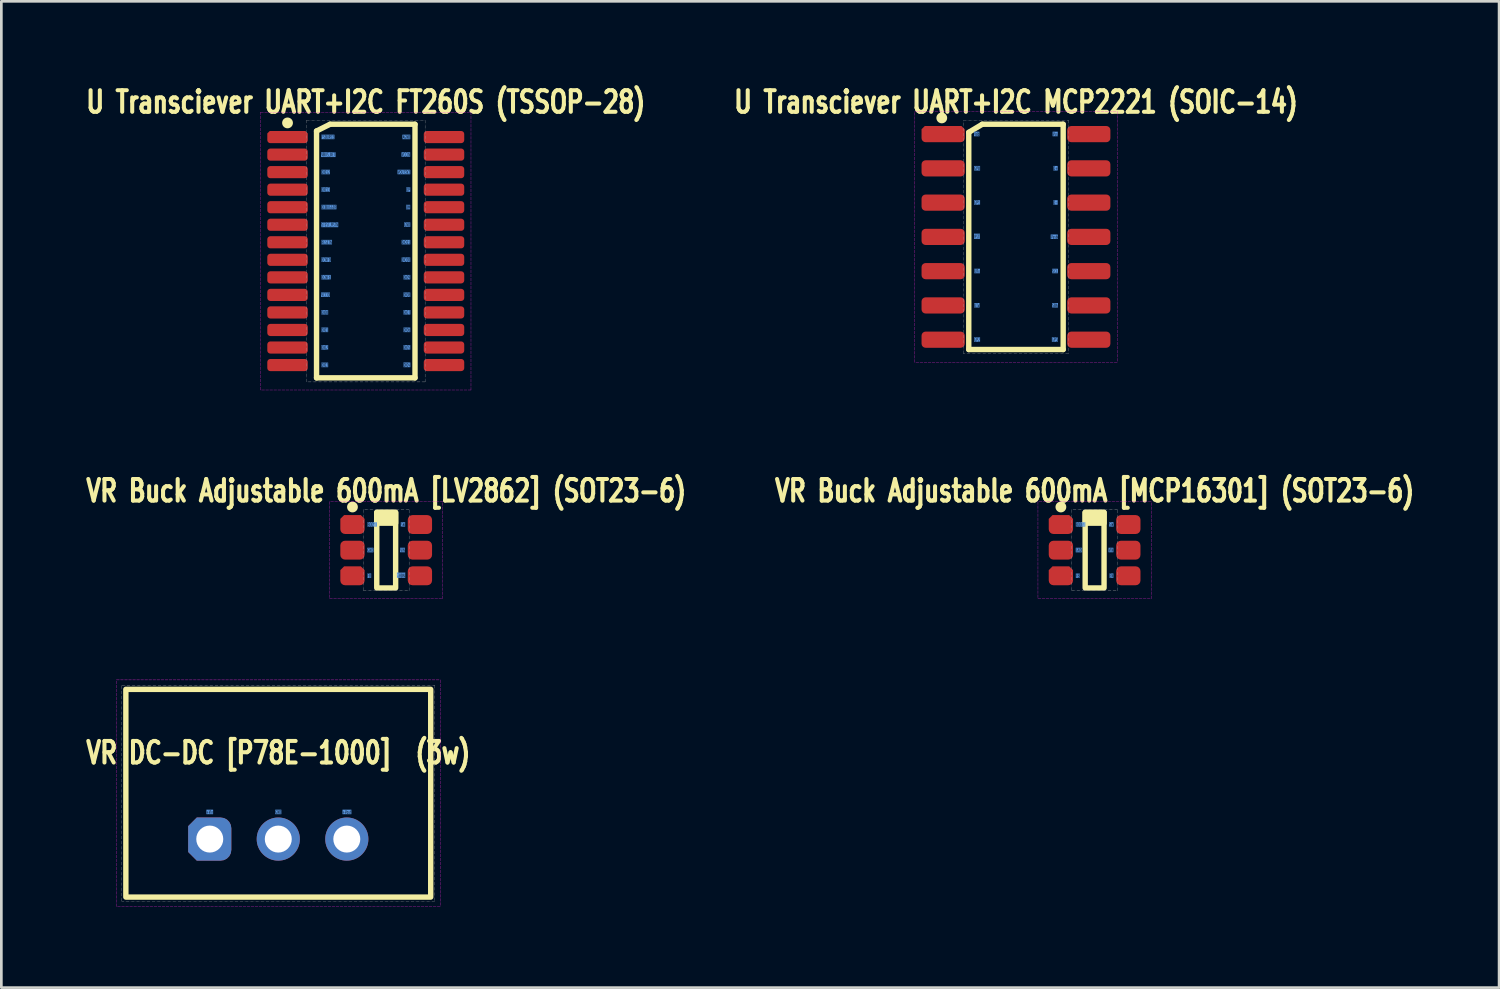
<source format=kicad_pcb>
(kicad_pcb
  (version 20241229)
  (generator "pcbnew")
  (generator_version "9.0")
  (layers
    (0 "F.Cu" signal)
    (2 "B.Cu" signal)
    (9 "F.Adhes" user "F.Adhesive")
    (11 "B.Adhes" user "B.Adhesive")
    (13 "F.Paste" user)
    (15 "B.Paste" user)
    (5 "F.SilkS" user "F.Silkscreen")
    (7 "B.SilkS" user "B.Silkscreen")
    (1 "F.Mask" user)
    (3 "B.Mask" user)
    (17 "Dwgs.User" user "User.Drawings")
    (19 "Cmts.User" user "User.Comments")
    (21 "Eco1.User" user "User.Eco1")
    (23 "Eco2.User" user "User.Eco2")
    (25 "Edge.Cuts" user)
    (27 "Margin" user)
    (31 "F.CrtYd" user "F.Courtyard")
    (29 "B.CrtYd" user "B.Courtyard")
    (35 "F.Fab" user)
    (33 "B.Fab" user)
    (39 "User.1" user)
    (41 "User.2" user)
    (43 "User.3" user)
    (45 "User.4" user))
  (footprint "VR DC-DC [P78E-1000]  (3w)"
    (layer "F.Cu")
    (at 7.265 28.052)
    (property "Reference" "VR DC-DC [P78E-1000]  (3w)" (at 0 -3.2 0) (layer "F.SilkS") (effects (font (size 0.8 0.6) (thickness 0.15))))
    (attr through_hole)
    (fp_rect (start -5.65 -5.55) (end 5.65 2.15) (stroke (width 0.2) (type default)) (fill no) (layer "F.SilkS"))
    (fp_rect (start -6 -5.9) (end 6 2.5) (stroke (width 0.01) (type dash)) (fill no) (layer "F.CrtYd"))
    (fp_rect (start -5.8 -5.7) (end 5.8 2.3) (stroke (width 0.01) (type dash_dot)) (fill no) (layer "F.Fab"))
    (fp_text user "GND" (at 0 -1 0) (layer "Cmts.User" knockout) (effects (font (size 0.13 0.07) (thickness 0.01) (bold yes))))
    (fp_text user "+Vin" (at -2.54 -1 0) (layer "Cmts.User" knockout) (effects (font (size 0.13 0.07) (thickness 0.01) (bold yes))))
    (fp_text user "+Vout" (at 2.54 -1 0) (layer "Cmts.User" knockout) (effects (font (size 0.13 0.07) (thickness 0.01) (bold yes))))
    (pad "1" thru_hole roundrect (at -2.54 0) (size 1.6 1.6) (drill 1) (layers "*.Cu" "B.Mask") (roundrect_rratio 0.25) (chamfer_ratio 0.2) (chamfer top_left bottom_left))
    (pad "2" thru_hole circle (at 0 0) (size 1.6 1.6) (drill 1) (layers "*.Cu" "B.Mask"))
    (pad "3" thru_hole circle (at 2.54 0) (size 1.6 1.6) (drill 1) (layers "*.Cu" "B.Mask")))
  (footprint "VR Buck Adjustable 600mA [MCP16301] (SOT23-6)"
    (layer "F.Cu")
    (at 37.524 17.343)
    (property "Reference" "VR Buck Adjustable 600mA [MCP16301] (SOT23-6)" (at 0 -2.2 0) (layer "F.SilkS") (effects (font (size 0.8 0.6) (thickness 0.15))))
    (attr smd)
    (fp_rect (start 0.35 -1.4) (end -0.35 -1) (stroke (width 0.2) (type solid)) (fill yes) (layer "F.SilkS"))
    (fp_rect (start 0.35 -1.4) (end -0.35 1.4) (stroke (width 0.2) (type default)) (fill no) (layer "F.SilkS"))
    (fp_circle (center -1.25 -1.6) (end -1.1 -1.6) (stroke (width 0.1) (type solid)) (fill yes) (layer "F.SilkS"))
    (fp_rect (start 2.1 -1.8) (end -2.1 1.8) (stroke (width 0.01) (type dash)) (fill no) (layer "F.CrtYd"))
    (fp_rect (start 0.85 -1.5) (end -0.85 1.5) (stroke (width 0.01) (type dash_dot)) (fill no) (layer "F.Fab"))
    (fp_text user "VIN" (at 0.7 0 0) (layer "Cmts.User" knockout) (effects (font (size 0.13 0.07) (thickness 0.01) (bold yes)) (justify right)))
    (fp_text user "GND" (at -0.7 0 0) (layer "Cmts.User" knockout) (effects (font (size 0.13 0.07) (thickness 0.01) (bold yes)) (justify left)))
    (fp_text user "BOOST" (at -0.7 -0.95 0) (layer "Cmts.User" knockout) (effects (font (size 0.13 0.07) (thickness 0.01) (bold yes)) (justify left)))
    (fp_text user "EN" (at 0.7 0.95 0) (layer "Cmts.User" knockout) (effects (font (size 0.13 0.07) (thickness 0.01) (bold yes)) (justify right)))
    (fp_text user "SW" (at 0.7 -0.95 0) (layer "Cmts.User" knockout) (effects (font (size 0.13 0.07) (thickness 0.01) (bold yes)) (justify right)))
    (fp_text user "FB" (at -0.7 0.95 0) (layer "Cmts.User" knockout) (effects (font (size 0.13 0.07) (thickness 0.01) (bold yes)) (justify left)))
    (pad "1" smd roundrect (at -1.25 -0.95) (size 0.9 0.7) (layers "F.Cu" "F.Mask" "F.Paste") (roundrect_rratio 0.25) (chamfer_ratio 0.2) (chamfer top_left top_right))
    (pad "2" smd roundrect (at -1.25 0) (size 0.9 0.7) (layers "F.Cu" "F.Mask" "F.Paste") (roundrect_rratio 0.25))
    (pad "3" smd roundrect (at -1.25 0.95) (size 0.9 0.7) (layers "F.Cu" "F.Mask" "F.Paste") (roundrect_rratio 0.25) (chamfer_ratio 0.2) (chamfer top_left top_right))
    (pad "4" smd roundrect (at 1.25 0.95) (size 0.9 0.7) (layers "F.Cu" "F.Mask" "F.Paste") (roundrect_rratio 0.25))
    (pad "5" smd roundrect (at 1.25 0) (size 0.9 0.7) (layers "F.Cu" "F.Mask" "F.Paste") (roundrect_rratio 0.25))
    (pad "6" smd roundrect (at 1.25 -0.95) (size 0.9 0.7) (layers "F.Cu" "F.Mask" "F.Paste") (roundrect_rratio 0.25)))
  (footprint "U Transciever UART+I2C MCP2221 (SOIC-14)"
    (layer "F.Cu")
    (at 34.609 5.731)
    (property "Reference" "U Transciever UART+I2C MCP2221 (SOIC-14)" (at 0 -5 0) (layer "F.SilkS") (effects (font (size 0.8 0.6) (thickness 0.15))))
    (attr smd)
    (fp_line (start -1.75 -3.875) (end -1.25 -4.175) (stroke (width 0.2) (type default)) (layer "F.SilkS"))
    (fp_line (start -1.75 4.175) (end -1.75 -3.875) (stroke (width 0.2) (type default)) (layer "F.SilkS"))
    (fp_line (start -1.25 -4.175) (end 1.75 -4.175) (stroke (width 0.2) (type default)) (layer "F.SilkS"))
    (fp_line (start 1.75 -4.175) (end 1.75 4.175) (stroke (width 0.2) (type default)) (layer "F.SilkS"))
    (fp_line (start 1.75 4.175) (end -1.75 4.175) (stroke (width 0.2) (type default)) (layer "F.SilkS"))
    (fp_circle (center -2.75 -4.41) (end -2.6 -4.41) (stroke (width 0.1) (type solid)) (fill yes) (layer "F.SilkS"))
    (fp_rect (start -3.75 -4.65) (end 3.75 4.65) (stroke (width 0.01) (type dash)) (fill no) (layer "F.CrtYd"))
    (fp_rect (start -1.95 -4.325) (end 1.95 4.325) (stroke (width 0.01) (type dash_dot)) (fill no) (layer "F.Fab"))
    (fp_text user "SDA" (at 1.55 2.54 0) (layer "Cmts.User" knockout) (effects (font (size 0.13 0.07) (thickness 0.01) (bold yes)) (justify right)))
    (fp_text user "GP0" (at -1.55 -2.54 0) (layer "Cmts.User" knockout) (effects (font (size 0.13 0.07) (thickness 0.01)) (justify left)))
    (fp_text user "D-" (at 1.55 -1.27 0) (layer "Cmts.User" knockout) (effects (font (size 0.13 0.07) (thickness 0.01)) (justify right)))
    (fp_text user "Vdd" (at -1.55 -3.81 0) (layer "Cmts.User" knockout) (effects (font (size 0.13 0.07) (thickness 0.01) (bold yes)) (justify left)))
    (fp_text user "GP3" (at 1.55 3.81 0) (layer "Cmts.User" knockout) (effects (font (size 0.13 0.07) (thickness 0.01)) (justify right)))
    (fp_text user "Vusb" (at 1.55 0 0) (layer "Cmts.User" knockout) (effects (font (size 0.13 0.07) (thickness 0.01) (bold yes)) (justify right)))
    (fp_text user "UTx" (at -1.55 2.54 0) (layer "Cmts.User" knockout) (effects (font (size 0.13 0.07) (thickness 0.01)) (justify left)))
    (fp_text user "SCL" (at 1.55 1.27 0) (layer "Cmts.User" knockout) (effects (font (size 0.13 0.07) (thickness 0.01) (bold yes)) (justify right)))
    (fp_text user "Vss" (at 1.55 -3.81 0) (layer "Cmts.User" knockout) (effects (font (size 0.13 0.07) (thickness 0.01) (bold yes)) (justify right)))
    (fp_text user "URx" (at -1.55 1.27 0) (layer "Cmts.User" knockout) (effects (font (size 0.13 0.07) (thickness 0.01)) (justify left)))
    (fp_text user "GP2" (at -1.55 3.81 0) (layer "Cmts.User" knockout) (effects (font (size 0.13 0.07) (thickness 0.01)) (justify left)))
    (fp_text user "~{RST}" (at -1.55 0 0) (layer "Cmts.User" knockout) (effects (font (size 0.13 0.07) (thickness 0.01) (bold yes)) (justify left)))
    (fp_text user "GP1" (at -1.55 -1.27 0) (layer "Cmts.User" knockout) (effects (font (size 0.13 0.07) (thickness 0.01)) (justify left)))
    (fp_text user "D+" (at 1.55 -2.54 0) (layer "Cmts.User" knockout) (effects (font (size 0.13 0.07) (thickness 0.01)) (justify right)))
    (pad "1" smd roundrect (at -2.7 -3.81) (size 1.6 0.6) (layers "F.Cu" "F.Mask" "F.Paste") (roundrect_rratio 0.25) (chamfer_ratio 0.2) (chamfer top_left top_right))
    (pad "2" smd roundrect (at -2.7 -2.54) (size 1.6 0.6) (layers "F.Cu" "F.Mask" "F.Paste") (roundrect_rratio 0.25))
    (pad "3" smd roundrect (at -2.7 -1.27) (size 1.6 0.6) (layers "F.Cu" "F.Mask" "F.Paste") (roundrect_rratio 0.25))
    (pad "4" smd roundrect (at -2.7 0) (size 1.6 0.6) (layers "F.Cu" "F.Mask" "F.Paste") (roundrect_rratio 0.25))
    (pad "5" smd roundrect (at -2.7 1.27) (size 1.6 0.6) (layers "F.Cu" "F.Mask" "F.Paste") (roundrect_rratio 0.25))
    (pad "6" smd roundrect (at -2.7 2.54) (size 1.6 0.6) (layers "F.Cu" "F.Mask" "F.Paste") (roundrect_rratio 0.25))
    (pad "7" smd roundrect (at -2.7 3.81) (size 1.6 0.6) (layers "F.Cu" "F.Mask" "F.Paste") (roundrect_rratio 0.25))
    (pad "8" smd roundrect (at 2.7 3.81) (size 1.6 0.6) (layers "F.Cu" "F.Mask" "F.Paste") (roundrect_rratio 0.25))
    (pad "9" smd roundrect (at 2.7 2.54) (size 1.6 0.6) (layers "F.Cu" "F.Mask" "F.Paste") (roundrect_rratio 0.25))
    (pad "10" smd roundrect (at 2.7 1.27) (size 1.6 0.6) (layers "F.Cu" "F.Mask" "F.Paste") (roundrect_rratio 0.25))
    (pad "11" smd roundrect (at 2.7 0) (size 1.6 0.6) (layers "F.Cu" "F.Mask" "F.Paste") (roundrect_rratio 0.25))
    (pad "12" smd roundrect (at 2.7 -1.27) (size 1.6 0.6) (layers "F.Cu" "F.Mask" "F.Paste") (roundrect_rratio 0.25))
    (pad "13" smd roundrect (at 2.7 -2.54) (size 1.6 0.6) (layers "F.Cu" "F.Mask" "F.Paste") (roundrect_rratio 0.25))
    (pad "14" smd roundrect (at 2.7 -3.81) (size 1.6 0.6) (layers "F.Cu" "F.Mask" "F.Paste") (roundrect_rratio 0.25)))
  (footprint "U Transciever UART+I2C FT260S (TSSOP-28)"
    (layer "F.Cu")
    (at 10.508 6.256)
    (property "Reference" "U Transciever UART+I2C FT260S (TSSOP-28)" (at 0 -5.525 0) (layer "F.SilkS") (effects (font (size 0.8 0.6) (thickness 0.15))))
    (attr smd)
    (fp_line (start -1.825 -4.45) (end -1.325 -4.7) (stroke (width 0.2) (type default)) (layer "F.SilkS"))
    (fp_line (start -1.825 4.7) (end -1.825 -4.45) (stroke (width 0.2) (type default)) (layer "F.SilkS"))
    (fp_line (start -1.325 -4.7) (end 1.825 -4.7) (stroke (width 0.2) (type default)) (layer "F.SilkS"))
    (fp_line (start 1.825 -4.7) (end 1.825 4.7) (stroke (width 0.2) (type default)) (layer "F.SilkS"))
    (fp_line (start 1.825 4.7) (end -1.825 4.7) (stroke (width 0.2) (type default)) (layer "F.SilkS"))
    (fp_circle (center -2.9 -4.75) (end -2.75 -4.75) (stroke (width 0.1) (type solid)) (fill yes) (layer "F.SilkS"))
    (fp_rect (start -3.9 -5.15) (end 3.9 5.15) (stroke (width 0.01) (type dash)) (fill no) (layer "F.CrtYd"))
    (fp_rect (start -2.2 -4.85) (end 2.2 4.85) (stroke (width 0.01) (type dash_dot)) (fill no) (layer "F.Fab"))
    (fp_text user "DIO0" (at -1.65 2.275 0) (layer "Cmts.User" knockout) (effects (font (size 0.13 0.07) (thickness 0.01)) (justify left)))
    (fp_text user "DIO10" (at 1.65 0.325 0) (layer "Cmts.User" knockout) (effects (font (size 0.13 0.07) (thickness 0.01)) (justify right)))
    (fp_text user "DIO9" (at 1.65 0.975 0) (layer "Cmts.User" knockout) (effects (font (size 0.13 0.07) (thickness 0.01) (bold yes)) (justify right)))
    (fp_text user "VOUT3V3" (at 1.65 -2.925 0) (layer "Cmts.User" knockout) (effects (font (size 0.13 0.07) (thickness 0.01)) (justify right)))
    (fp_text user "DIO1" (at -1.65 2.925 0) (layer "Cmts.User" knockout) (effects (font (size 0.13 0.07) (thickness 0.01)) (justify left)))
    (fp_text user "DP" (at 1.65 -2.275 0) (layer "Cmts.User" knockout) (effects (font (size 0.13 0.07) (thickness 0.01)) (justify right)))
    (fp_text user "DIO3" (at -1.65 4.225 0) (layer "Cmts.User" knockout) (effects (font (size 0.13 0.07) (thickness 0.01) (bold yes)) (justify left)))
    (fp_text user "VCCIN" (at 1.65 -3.575 0) (layer "Cmts.User" knockout) (effects (font (size 0.13 0.07) (thickness 0.01) (bold yes)) (justify right)))
    (fp_text user "DM" (at 1.65 -1.625 0) (layer "Cmts.User" knockout) (effects (font (size 0.13 0.07) (thickness 0.01)) (justify right)))
    (fp_text user "FSOURCE" (at -1.65 -4.225 0) (layer "Cmts.User" knockout) (effects (font (size 0.13 0.07) (thickness 0.01) (bold yes)) (justify left)))
    (fp_text user "DCNF0" (at -1.65 0.325 0) (layer "Cmts.User" knockout) (effects (font (size 0.13 0.07) (thickness 0.01) (bold yes)) (justify left)))
    (fp_text user "DIO4" (at 1.65 4.225 0) (layer "Cmts.User" knockout) (effects (font (size 0.13 0.07) (thickness 0.01)) (justify right)))
    (fp_text user "STEST_RSTN" (at -1.65 -0.975 0) (layer "Cmts.User" knockout) (effects (font (size 0.13 0.07) (thickness 0.01) (bold yes)) (justify left)))
    (fp_text user "DEBUGGER" (at -1.65 -1.625 0) (layer "Cmts.User" knockout) (effects (font (size 0.13 0.07) (thickness 0.01)) (justify left)))
    (fp_text user "DIO7" (at 1.65 2.275 0) (layer "Cmts.User" knockout) (effects (font (size 0.13 0.07) (thickness 0.01)) (justify right)))
    (fp_text user "RESETN" (at -1.65 -0.325 0) (layer "Cmts.User" knockout) (effects (font (size 0.13 0.07) (thickness 0.01)) (justify left)))
    (fp_text user "DIO13" (at -1.65 -2.275 0) (layer "Cmts.User" knockout) (effects (font (size 0.13 0.07) (thickness 0.01)) (justify left)))
    (fp_text user "AGND" (at 1.65 -4.225 0) (layer "Cmts.User" knockout) (effects (font (size 0.13 0.07) (thickness 0.01) (bold yes)) (justify right)))
    (fp_text user "VBUS_DET" (at -1.65 -3.575 0) (layer "Cmts.User" knockout) (effects (font (size 0.13 0.07) (thickness 0.01)) (justify left)))
    (fp_text user "DIO11" (at 1.65 -0.325 0) (layer "Cmts.User" knockout) (effects (font (size 0.13 0.07) (thickness 0.01)) (justify right)))
    (fp_text user "DIO12" (at -1.65 -2.925 0) (layer "Cmts.User" knockout) (effects (font (size 0.13 0.07) (thickness 0.01)) (justify left)))
    (fp_text user "DIO8" (at 1.65 1.625 0) (layer "Cmts.User" knockout) (effects (font (size 0.13 0.07) (thickness 0.01) (bold yes)) (justify right)))
    (fp_text user "GND" (at 1.65 -0.975 0) (layer "Cmts.User" knockout) (effects (font (size 0.13 0.07) (thickness 0.01)) (justify right)))
    (fp_text user "VCCIO" (at -1.65 1.625 0) (layer "Cmts.User" knockout) (effects (font (size 0.13 0.07) (thickness 0.01)) (justify left)))
    (fp_text user "DIO6" (at 1.65 2.925 0) (layer "Cmts.User" knockout) (effects (font (size 0.13 0.07) (thickness 0.01)) (justify right)))
    (fp_text user "DIO2" (at -1.65 3.575 0) (layer "Cmts.User" knockout) (effects (font (size 0.13 0.07) (thickness 0.01)) (justify left)))
    (fp_text user "DIO5" (at 1.65 3.575 0) (layer "Cmts.User" knockout) (effects (font (size 0.13 0.07) (thickness 0.01)) (justify right)))
    (fp_text user "DCNF1" (at -1.65 0.975 0) (layer "Cmts.User" knockout) (effects (font (size 0.13 0.07) (thickness 0.01)) (justify left)))
    (pad "1" smd roundrect (at -2.9 -4.225) (size 1.5 0.45) (layers "F.Cu" "F.Mask" "F.Paste") (roundrect_rratio 0.25) (chamfer_ratio 0.2) (chamfer top_left top_right))
    (pad "2" smd roundrect (at -2.9 -3.575) (size 1.5 0.45) (layers "F.Cu" "F.Mask" "F.Paste") (roundrect_rratio 0.25))
    (pad "3" smd roundrect (at -2.9 -2.925) (size 1.5 0.45) (layers "F.Cu" "F.Mask" "F.Paste") (roundrect_rratio 0.25))
    (pad "4" smd roundrect (at -2.9 -2.275) (size 1.5 0.45) (layers "F.Cu" "F.Mask" "F.Paste") (roundrect_rratio 0.25))
    (pad "5" smd roundrect (at -2.9 -1.625) (size 1.5 0.45) (layers "F.Cu" "F.Mask" "F.Paste") (roundrect_rratio 0.25))
    (pad "6" smd roundrect (at -2.9 -0.975) (size 1.5 0.45) (layers "F.Cu" "F.Mask" "F.Paste") (roundrect_rratio 0.25))
    (pad "7" smd roundrect (at -2.9 -0.325) (size 1.5 0.45) (layers "F.Cu" "F.Mask" "F.Paste") (roundrect_rratio 0.25))
    (pad "8" smd roundrect (at -2.9 0.325) (size 1.5 0.45) (layers "F.Cu" "F.Mask" "F.Paste") (roundrect_rratio 0.25))
    (pad "9" smd roundrect (at -2.9 0.975) (size 1.5 0.45) (layers "F.Cu" "F.Mask" "F.Paste") (roundrect_rratio 0.25))
    (pad "10" smd roundrect (at -2.9 1.625) (size 1.5 0.45) (layers "F.Cu" "F.Mask" "F.Paste") (roundrect_rratio 0.25))
    (pad "11" smd roundrect (at -2.9 2.275) (size 1.5 0.45) (layers "F.Cu" "F.Mask" "F.Paste") (roundrect_rratio 0.25))
    (pad "12" smd roundrect (at -2.9 2.925) (size 1.5 0.45) (layers "F.Cu" "F.Mask" "F.Paste") (roundrect_rratio 0.25))
    (pad "13" smd roundrect (at -2.9 3.575) (size 1.5 0.45) (layers "F.Cu" "F.Mask" "F.Paste") (roundrect_rratio 0.25))
    (pad "14" smd roundrect (at -2.9 4.225) (size 1.5 0.45) (layers "F.Cu" "F.Mask" "F.Paste") (roundrect_rratio 0.25))
    (pad "15" smd roundrect (at 2.9 4.225) (size 1.5 0.45) (layers "F.Cu" "F.Mask" "F.Paste") (roundrect_rratio 0.25))
    (pad "16" smd roundrect (at 2.9 3.575) (size 1.5 0.45) (layers "F.Cu" "F.Mask" "F.Paste") (roundrect_rratio 0.25))
    (pad "17" smd roundrect (at 2.9 2.925) (size 1.5 0.45) (layers "F.Cu" "F.Mask" "F.Paste") (roundrect_rratio 0.25))
    (pad "18" smd roundrect (at 2.9 2.275) (size 1.5 0.45) (layers "F.Cu" "F.Mask" "F.Paste") (roundrect_rratio 0.25))
    (pad "19" smd roundrect (at 2.9 1.625) (size 1.5 0.45) (layers "F.Cu" "F.Mask" "F.Paste") (roundrect_rratio 0.25))
    (pad "20" smd roundrect (at 2.9 0.975) (size 1.5 0.45) (layers "F.Cu" "F.Mask" "F.Paste") (roundrect_rratio 0.25))
    (pad "21" smd roundrect (at 2.9 0.325) (size 1.5 0.45) (layers "F.Cu" "F.Mask" "F.Paste") (roundrect_rratio 0.25))
    (pad "22" smd roundrect (at 2.9 -0.325) (size 1.5 0.45) (layers "F.Cu" "F.Mask" "F.Paste") (roundrect_rratio 0.25))
    (pad "23" smd roundrect (at 2.9 -0.975) (size 1.5 0.45) (layers "F.Cu" "F.Mask" "F.Paste") (roundrect_rratio 0.25))
    (pad "24" smd roundrect (at 2.9 -1.625) (size 1.5 0.45) (layers "F.Cu" "F.Mask" "F.Paste") (roundrect_rratio 0.25))
    (pad "25" smd roundrect (at 2.9 -2.275) (size 1.5 0.45) (layers "F.Cu" "F.Mask" "F.Paste") (roundrect_rratio 0.25))
    (pad "26" smd roundrect (at 2.9 -2.925) (size 1.5 0.45) (layers "F.Cu" "F.Mask" "F.Paste") (roundrect_rratio 0.25))
    (pad "27" smd roundrect (at 2.9 -3.575) (size 1.5 0.45) (layers "F.Cu" "F.Mask" "F.Paste") (roundrect_rratio 0.25))
    (pad "28" smd roundrect (at 2.9 -4.225) (size 1.5 0.45) (layers "F.Cu" "F.Mask" "F.Paste") (roundrect_rratio 0.25)))
  (footprint "VR Buck Adjustable 600mA [LV2862] (SOT23-6)"
    (layer "F.Cu")
    (at 11.265 17.343)
    (property "Reference" "VR Buck Adjustable 600mA [LV2862] (SOT23-6)" (at 0 -2.2 0) (layer "F.SilkS") (effects (font (size 0.8 0.6) (thickness 0.15))))
    (attr smd)
    (fp_rect (start 0.35 -1.4) (end -0.35 -1) (stroke (width 0.2) (type solid)) (fill yes) (layer "F.SilkS"))
    (fp_rect (start 0.35 -1.4) (end -0.35 1.4) (stroke (width 0.2) (type default)) (fill no) (layer "F.SilkS"))
    (fp_circle (center -1.25 -1.6) (end -1.1 -1.6) (stroke (width 0.1) (type solid)) (fill yes) (layer "F.SilkS"))
    (fp_rect (start 2.1 -1.8) (end -2.1 1.8) (stroke (width 0.01) (type dash)) (fill no) (layer "F.CrtYd"))
    (fp_rect (start 0.85 -1.5) (end -0.85 1.5) (stroke (width 0.01) (type dash_dot)) (fill no) (layer "F.Fab"))
    (fp_text user "FB" (at -0.7 0.95 0) (layer "Cmts.User" knockout) (effects (font (size 0.13 0.07) (thickness 0.01) (bold yes)) (justify left)))
    (fp_text user "GND" (at -0.7 0 0) (layer "Cmts.User" knockout) (effects (font (size 0.13 0.07) (thickness 0.01) (bold yes)) (justify left)))
    (fp_text user "SW" (at 0.7 -0.95 0) (layer "Cmts.User" knockout) (effects (font (size 0.13 0.07) (thickness 0.01) (bold yes)) (justify right)))
    (fp_text user "BOOST" (at -0.7 -0.95 0) (layer "Cmts.User" knockout) (effects (font (size 0.13 0.07) (thickness 0.01) (bold yes)) (justify left)))
    (fp_text user "VIN" (at 0.7 0 0) (layer "Cmts.User" knockout) (effects (font (size 0.13 0.07) (thickness 0.01) (bold yes)) (justify right)))
    (fp_text user "~{SHDN}" (at 0.7 0.95 0) (layer "Cmts.User" knockout) (effects (font (size 0.13 0.07) (thickness 0.01) (bold yes)) (justify right)))
    (pad "1" smd roundrect (at -1.25 -0.95) (size 0.9 0.7) (layers "F.Cu" "F.Mask" "F.Paste") (roundrect_rratio 0.25) (chamfer_ratio 0.2) (chamfer top_left top_right))
    (pad "2" smd roundrect (at -1.25 0) (size 0.9 0.7) (layers "F.Cu" "F.Mask" "F.Paste") (roundrect_rratio 0.25))
    (pad "3" smd roundrect (at -1.25 0.95) (size 0.9 0.7) (layers "F.Cu" "F.Mask" "F.Paste") (roundrect_rratio 0.25) (chamfer_ratio 0.2) (chamfer top_left top_right))
    (pad "4" smd roundrect (at 1.25 0.95) (size 0.9 0.7) (layers "F.Cu" "F.Mask" "F.Paste") (roundrect_rratio 0.25))
    (pad "5" smd roundrect (at 1.25 0) (size 0.9 0.7) (layers "F.Cu" "F.Mask" "F.Paste") (roundrect_rratio 0.25))
    (pad "6" smd roundrect (at 1.25 -0.95) (size 0.9 0.7) (layers "F.Cu" "F.Mask" "F.Paste") (roundrect_rratio 0.25)))
  (gr_rect
    (start -3 -3)
    (end 52.517 33.557)
    (stroke (width 0.1) (type default))
    (fill no)
    (layer "Edge.Cuts")))
</source>
